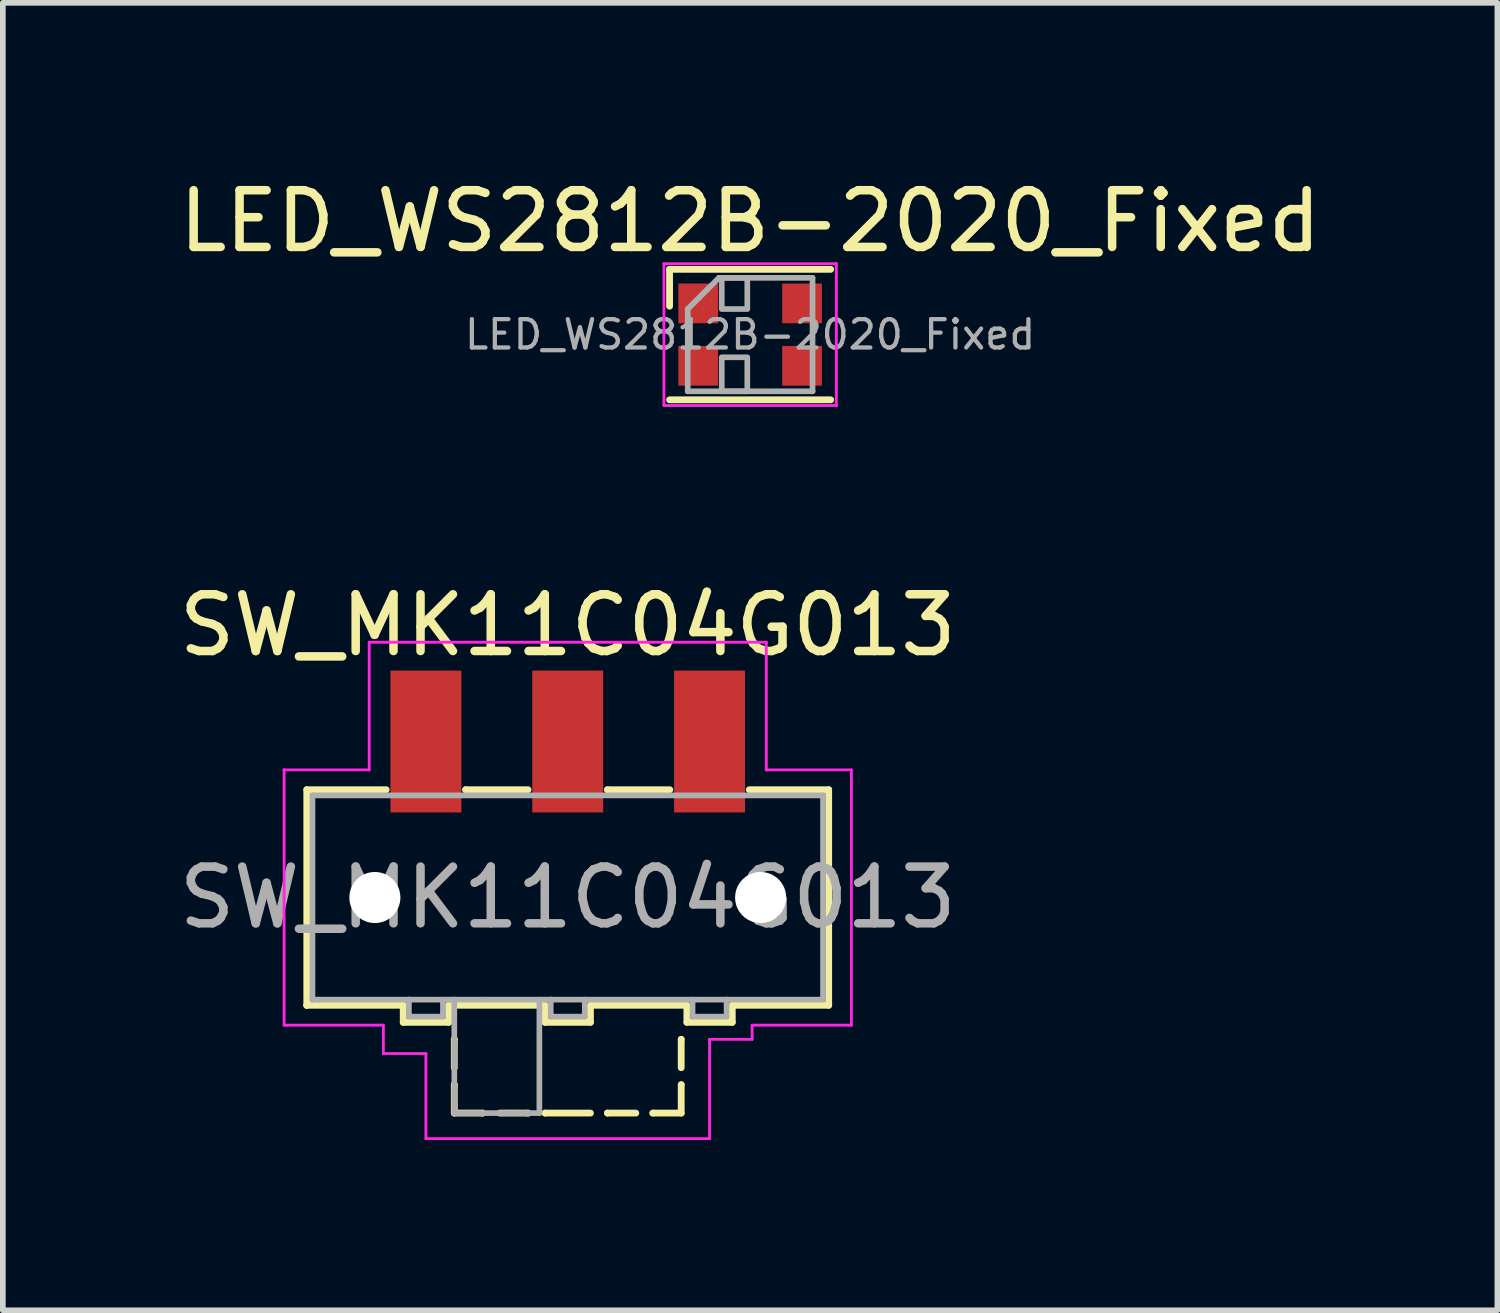
<source format=kicad_pcb>
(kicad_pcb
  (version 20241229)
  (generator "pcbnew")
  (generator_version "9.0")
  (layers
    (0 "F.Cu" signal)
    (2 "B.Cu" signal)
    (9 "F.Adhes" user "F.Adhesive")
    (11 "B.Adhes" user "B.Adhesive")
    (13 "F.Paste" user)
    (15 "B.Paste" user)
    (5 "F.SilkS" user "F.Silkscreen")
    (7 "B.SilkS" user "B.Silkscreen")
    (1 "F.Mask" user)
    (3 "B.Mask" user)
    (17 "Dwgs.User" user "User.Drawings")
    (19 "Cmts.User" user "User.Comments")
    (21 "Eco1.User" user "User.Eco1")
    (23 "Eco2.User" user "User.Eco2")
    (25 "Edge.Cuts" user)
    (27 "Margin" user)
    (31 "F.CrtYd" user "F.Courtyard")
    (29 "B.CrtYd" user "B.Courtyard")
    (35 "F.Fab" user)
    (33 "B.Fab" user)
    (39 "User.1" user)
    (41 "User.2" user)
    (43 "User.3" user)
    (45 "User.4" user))
  (footprint "SW_MK11C04G013"
    (layer "F.Cu")
    (at 6.958 12.771)
    (property "Reference" "SW_MK11C04G013" (at 0 -4.8 0) (layer "F.SilkS") (effects (font (size 1 1) (thickness 0.15))))
    (attr smd)
    (fp_line (start -4.6 -1.9) (end -3.2 -1.9) (stroke (width 0.12) (type solid)) (layer "F.SilkS"))
    (fp_line (start -4.6 1.9) (end -4.6 -1.9) (stroke (width 0.12) (type solid)) (layer "F.SilkS"))
    (fp_line (start -4.6 1.9) (end -4.6 1.9) (stroke (width 0.12) (type solid)) (layer "F.SilkS"))
    (fp_line (start -2.9 1.9) (end -4.6 1.9) (stroke (width 0.12) (type solid)) (layer "F.SilkS"))
    (fp_line (start -2.9 2.2) (end -2.9 1.9) (stroke (width 0.12) (type solid)) (layer "F.SilkS"))
    (fp_line (start -2.1 1.9) (end -2.1 2.2) (stroke (width 0.12) (type solid)) (layer "F.SilkS"))
    (fp_line (start -2.1 2.2) (end -2.9 2.2) (stroke (width 0.12) (type solid)) (layer "F.SilkS"))
    (fp_line (start -2 2.5) (end -2 2.5) (stroke (width 0.12) (type solid)) (layer "F.SilkS"))
    (fp_line (start -2 3) (end -2 2.5) (stroke (width 0.12) (type solid)) (layer "F.SilkS"))
    (fp_line (start -2 3.3) (end -2 3.3) (stroke (width 0.12) (type solid)) (layer "F.SilkS"))
    (fp_line (start -2 3.8) (end -2 3.3) (stroke (width 0.12) (type solid)) (layer "F.SilkS"))
    (fp_line (start -2 3.8) (end -1.5 3.8) (stroke (width 0.12) (type solid)) (layer "F.SilkS"))
    (fp_line (start -1.8 -1.9) (end -1.8 -1.9) (stroke (width 0.12) (type solid)) (layer "F.SilkS"))
    (fp_line (start -1.5 3.8) (end -1.5 3.8) (stroke (width 0.12) (type solid)) (layer "F.SilkS"))
    (fp_line (start -1.2 3.8) (end -0.7 3.8) (stroke (width 0.12) (type solid)) (layer "F.SilkS"))
    (fp_line (start -0.7 -1.9) (end -1.8 -1.9) (stroke (width 0.12) (type solid)) (layer "F.SilkS"))
    (fp_line (start -0.7 3.8) (end -0.7 3.8) (stroke (width 0.12) (type solid)) (layer "F.SilkS"))
    (fp_line (start -0.4 1.9) (end -2.1 1.9) (stroke (width 0.12) (type solid)) (layer "F.SilkS"))
    (fp_line (start -0.4 2.2) (end -0.4 1.9) (stroke (width 0.12) (type solid)) (layer "F.SilkS"))
    (fp_line (start -0.4 3.8) (end -0.4 3.8) (stroke (width 0.12) (type solid)) (layer "F.SilkS"))
    (fp_line (start 0.4 1.9) (end 0.4 2.2) (stroke (width 0.12) (type solid)) (layer "F.SilkS"))
    (fp_line (start 0.4 2.2) (end -0.4 2.2) (stroke (width 0.12) (type solid)) (layer "F.SilkS"))
    (fp_line (start 0.4 3.8) (end -0.4 3.8) (stroke (width 0.12) (type solid)) (layer "F.SilkS"))
    (fp_line (start 0.7 -1.9) (end 0.7 -1.9) (stroke (width 0.12) (type solid)) (layer "F.SilkS"))
    (fp_line (start 0.7 3.8) (end 0.7 3.8) (stroke (width 0.12) (type solid)) (layer "F.SilkS"))
    (fp_line (start 1.2 3.8) (end 0.7 3.8) (stroke (width 0.12) (type solid)) (layer "F.SilkS"))
    (fp_line (start 1.5 3.8) (end 1.5 3.8) (stroke (width 0.12) (type solid)) (layer "F.SilkS"))
    (fp_line (start 1.8 -1.9) (end 0.7 -1.9) (stroke (width 0.12) (type solid)) (layer "F.SilkS"))
    (fp_line (start 2 2.5) (end 2 2.5) (stroke (width 0.12) (type solid)) (layer "F.SilkS"))
    (fp_line (start 2 3) (end 2 2.5) (stroke (width 0.12) (type solid)) (layer "F.SilkS"))
    (fp_line (start 2 3.3) (end 2 3.3) (stroke (width 0.12) (type solid)) (layer "F.SilkS"))
    (fp_line (start 2 3.8) (end 1.5 3.8) (stroke (width 0.12) (type solid)) (layer "F.SilkS"))
    (fp_line (start 2 3.8) (end 2 3.3) (stroke (width 0.12) (type solid)) (layer "F.SilkS"))
    (fp_line (start 2.1 1.9) (end 0.4 1.9) (stroke (width 0.12) (type solid)) (layer "F.SilkS"))
    (fp_line (start 2.1 2.2) (end 2.1 1.9) (stroke (width 0.12) (type solid)) (layer "F.SilkS"))
    (fp_line (start 2.9 1.9) (end 2.9 2.2) (stroke (width 0.12) (type solid)) (layer "F.SilkS"))
    (fp_line (start 2.9 2.2) (end 2.1 2.2) (stroke (width 0.12) (type solid)) (layer "F.SilkS"))
    (fp_line (start 3.2 -1.9) (end 4.6 -1.9) (stroke (width 0.12) (type solid)) (layer "F.SilkS"))
    (fp_line (start 4.6 -1.9) (end 4.6 1.9) (stroke (width 0.12) (type solid)) (layer "F.SilkS"))
    (fp_line (start 4.6 1.9) (end 2.9 1.9) (stroke (width 0.12) (type solid)) (layer "F.SilkS"))
    (fp_line (start -5 -2.25) (end -5 -2.25) (stroke (width 0.05) (type solid)) (layer "F.CrtYd"))
    (fp_line (start -5 -2.25) (end -5 2.25) (stroke (width 0.05) (type solid)) (layer "F.CrtYd"))
    (fp_line (start -5 2.25) (end -3.25 2.25) (stroke (width 0.05) (type solid)) (layer "F.CrtYd"))
    (fp_line (start -3.5 -4.5) (end -3.5 -2.25) (stroke (width 0.05) (type solid)) (layer "F.CrtYd"))
    (fp_line (start -3.5 -2.25) (end -5 -2.25) (stroke (width 0.05) (type solid)) (layer "F.CrtYd"))
    (fp_line (start -3.25 2.25) (end -3.25 2.75) (stroke (width 0.05) (type solid)) (layer "F.CrtYd"))
    (fp_line (start -3.25 2.75) (end -2.5 2.75) (stroke (width 0.05) (type solid)) (layer "F.CrtYd"))
    (fp_line (start -2.5 2.75) (end -2.5 4.25) (stroke (width 0.05) (type solid)) (layer "F.CrtYd"))
    (fp_line (start -2.5 4.25) (end 2.5 4.25) (stroke (width 0.05) (type solid)) (layer "F.CrtYd"))
    (fp_line (start 2.5 2.5) (end 3.25 2.5) (stroke (width 0.05) (type solid)) (layer "F.CrtYd"))
    (fp_line (start 2.5 4.25) (end 2.5 2.5) (stroke (width 0.05) (type solid)) (layer "F.CrtYd"))
    (fp_line (start 3.25 2.25) (end 5 2.25) (stroke (width 0.05) (type solid)) (layer "F.CrtYd"))
    (fp_line (start 3.25 2.5) (end 3.25 2.25) (stroke (width 0.05) (type solid)) (layer "F.CrtYd"))
    (fp_line (start 3.5 -4.5) (end -3.5 -4.5) (stroke (width 0.05) (type solid)) (layer "F.CrtYd"))
    (fp_line (start 3.5 -2.25) (end 3.5 -4.5) (stroke (width 0.05) (type solid)) (layer "F.CrtYd"))
    (fp_line (start 5 -2.25) (end 3.5 -2.25) (stroke (width 0.05) (type solid)) (layer "F.CrtYd"))
    (fp_line (start 5 2.25) (end 5 -2.25) (stroke (width 0.05) (type solid)) (layer "F.CrtYd"))
    (fp_line (start -4.5 -1.8) (end -4.5 1.8) (stroke (width 0.1) (type solid)) (layer "F.Fab"))
    (fp_line (start -4.5 -1.8) (end 4.5 -1.8) (stroke (width 0.1) (type solid)) (layer "F.Fab"))
    (fp_line (start -4.5 1.8) (end -4.5 1.8) (stroke (width 0.1) (type solid)) (layer "F.Fab"))
    (fp_line (start -4.5 1.8) (end -4.5 1.8) (stroke (width 0.1) (type solid)) (layer "F.Fab"))
    (fp_line (start -4.4 1.8) (end -4.5 1.8) (stroke (width 0.1) (type solid)) (layer "F.Fab"))
    (fp_line (start -2.8 1.8) (end -2.8 1.8) (stroke (width 0.1) (type solid)) (layer "F.Fab"))
    (fp_line (start -2.8 2.1) (end -2.8 1.8) (stroke (width 0.1) (type solid)) (layer "F.Fab"))
    (fp_line (start -2.2 1.8) (end -2.2 2.1) (stroke (width 0.1) (type solid)) (layer "F.Fab"))
    (fp_line (start -2.2 2.1) (end -2.8 2.1) (stroke (width 0.1) (type solid)) (layer "F.Fab"))
    (fp_line (start -2 1.8) (end -2 1.8) (stroke (width 0.1) (type solid)) (layer "F.Fab"))
    (fp_line (start -2 3.8) (end -2 1.8) (stroke (width 0.1) (type solid)) (layer "F.Fab"))
    (fp_line (start -1.5 1.8) (end -1.5 1.8) (stroke (width 0.1) (type solid)) (layer "F.Fab"))
    (fp_line (start -0.5 1.8) (end -0.5 3.8) (stroke (width 0.1) (type solid)) (layer "F.Fab"))
    (fp_line (start -0.5 3.8) (end -2 3.8) (stroke (width 0.1) (type solid)) (layer "F.Fab"))
    (fp_line (start -0.3 1.8) (end -0.3 1.8) (stroke (width 0.1) (type solid)) (layer "F.Fab"))
    (fp_line (start -0.3 2.1) (end -0.3 1.8) (stroke (width 0.1) (type solid)) (layer "F.Fab"))
    (fp_line (start 0.3 1.8) (end 0.3 2.1) (stroke (width 0.1) (type solid)) (layer "F.Fab"))
    (fp_line (start 0.3 2.1) (end -0.3 2.1) (stroke (width 0.1) (type solid)) (layer "F.Fab"))
    (fp_line (start 2.2 1.8) (end 2.2 2.1) (stroke (width 0.1) (type solid)) (layer "F.Fab"))
    (fp_line (start 2.2 2.1) (end 2.8 2.1) (stroke (width 0.1) (type solid)) (layer "F.Fab"))
    (fp_line (start 2.8 1.8) (end 2.8 1.8) (stroke (width 0.1) (type solid)) (layer "F.Fab"))
    (fp_line (start 2.8 2.1) (end 2.8 1.8) (stroke (width 0.1) (type solid)) (layer "F.Fab"))
    (fp_line (start 4.5 -1.8) (end 4.5 1.8) (stroke (width 0.1) (type solid)) (layer "F.Fab"))
    (fp_line (start 4.5 1.8) (end -4.4 1.8) (stroke (width 0.1) (type solid)) (layer "F.Fab"))
    (fp_text user "${REFERENCE}" (at 0 0 0) (layer "F.Fab") (effects (font (size 1 1) (thickness 0.15))))
    (pad "" np_thru_hole circle (at -3.4 0) (size 0.9 0.9) (drill 0.9) (layers "*.Cu" "*.Mask"))
    (pad "" np_thru_hole circle (at 3.4 0) (size 0.9 0.9) (drill 0.9) (layers "*.Cu" "*.Mask"))
    (pad "1" smd rect (at -2.5 -2.75) (size 1.25 2.5) (layers "F.Cu" "F.Mask" "F.Paste"))
    (pad "2" smd rect (at 0 -2.75) (size 1.25 2.5) (layers "F.Cu" "F.Mask" "F.Paste"))
    (pad "3" smd rect (at 2.5 -2.75) (size 1.25 2.5) (layers "F.Cu" "F.Mask" "F.Paste")))
  (footprint "LED_WS2812B-2020_Fixed"
    (layer "F.Cu")
    (at 10.173 2.848)
    (property "Reference" "LED_WS2812B-2020_Fixed" (at 0 -2 0) (layer "F.SilkS") (effects (font (size 1 1) (thickness 0.15))))
    (attr smd)
    (fp_line (start -1.42 -1.15) (end -1.42 -0.5) (stroke (width 0.12) (type solid)) (layer "F.SilkS"))
    (fp_line (start -1.42 -1.15) (end 1.42 -1.15) (stroke (width 0.12) (type solid)) (layer "F.SilkS"))
    (fp_line (start -1.42 1.15) (end 1.42 1.15) (stroke (width 0.12) (type solid)) (layer "F.SilkS"))
    (fp_line (start -1.52 -1.25) (end -1.52 1.25) (stroke (width 0.05) (type solid)) (layer "F.CrtYd"))
    (fp_line (start -1.52 1.25) (end 1.52 1.25) (stroke (width 0.05) (type solid)) (layer "F.CrtYd"))
    (fp_line (start 1.52 -1.25) (end -1.52 -1.25) (stroke (width 0.05) (type solid)) (layer "F.CrtYd"))
    (fp_line (start 1.52 1.25) (end 1.52 -1.25) (stroke (width 0.05) (type solid)) (layer "F.CrtYd"))
    (fp_line (start -1.1 -0.45) (end -1.1 1) (stroke (width 0.1) (type solid)) (layer "F.Fab"))
    (fp_line (start -1.1 1) (end 1.1 1) (stroke (width 0.1) (type solid)) (layer "F.Fab"))
    (fp_line (start -0.55 -1) (end -1.1 -0.45) (stroke (width 0.1) (type solid)) (layer "F.Fab"))
    (fp_line (start 1.1 -1) (end -0.55 -1) (stroke (width 0.1) (type solid)) (layer "F.Fab"))
    (fp_line (start 1.1 -1) (end 1.1 1) (stroke (width 0.1) (type solid)) (layer "F.Fab"))
    (fp_rect (start -0.5 -1) (end -0.05 -0.45) (stroke (width 0.1) (type solid)) (fill no) (layer "F.Fab"))
    (fp_rect (start -0.5 0.4) (end -0.05 1) (stroke (width 0.1) (type solid)) (fill no) (layer "F.Fab"))
    (fp_text user "${REFERENCE}" (at 0 0 0) (layer "F.Fab") (effects (font (size 0.5 0.5) (thickness 0.075))))
    (pad "1" smd rect (at 0.915 0.55 180) (size 0.7 0.7) (layers "F.Cu" "F.Mask" "F.Paste"))
    (pad "2" smd rect (at 0.915 -0.55 180) (size 0.7 0.7) (layers "F.Cu" "F.Mask" "F.Paste"))
    (pad "3" smd rect (at -0.915 -0.55 180) (size 0.7 0.7) (layers "F.Cu" "F.Mask" "F.Paste"))
    (pad "4" smd rect (at -0.915 0.55 180) (size 0.7 0.7) (layers "F.Cu" "F.Mask" "F.Paste")))
  (gr_rect
    (start -3 -3)
    (end 23.345 20.047)
    (stroke (width 0.1) (type default))
    (fill no)
    (layer "Edge.Cuts")))
</source>
